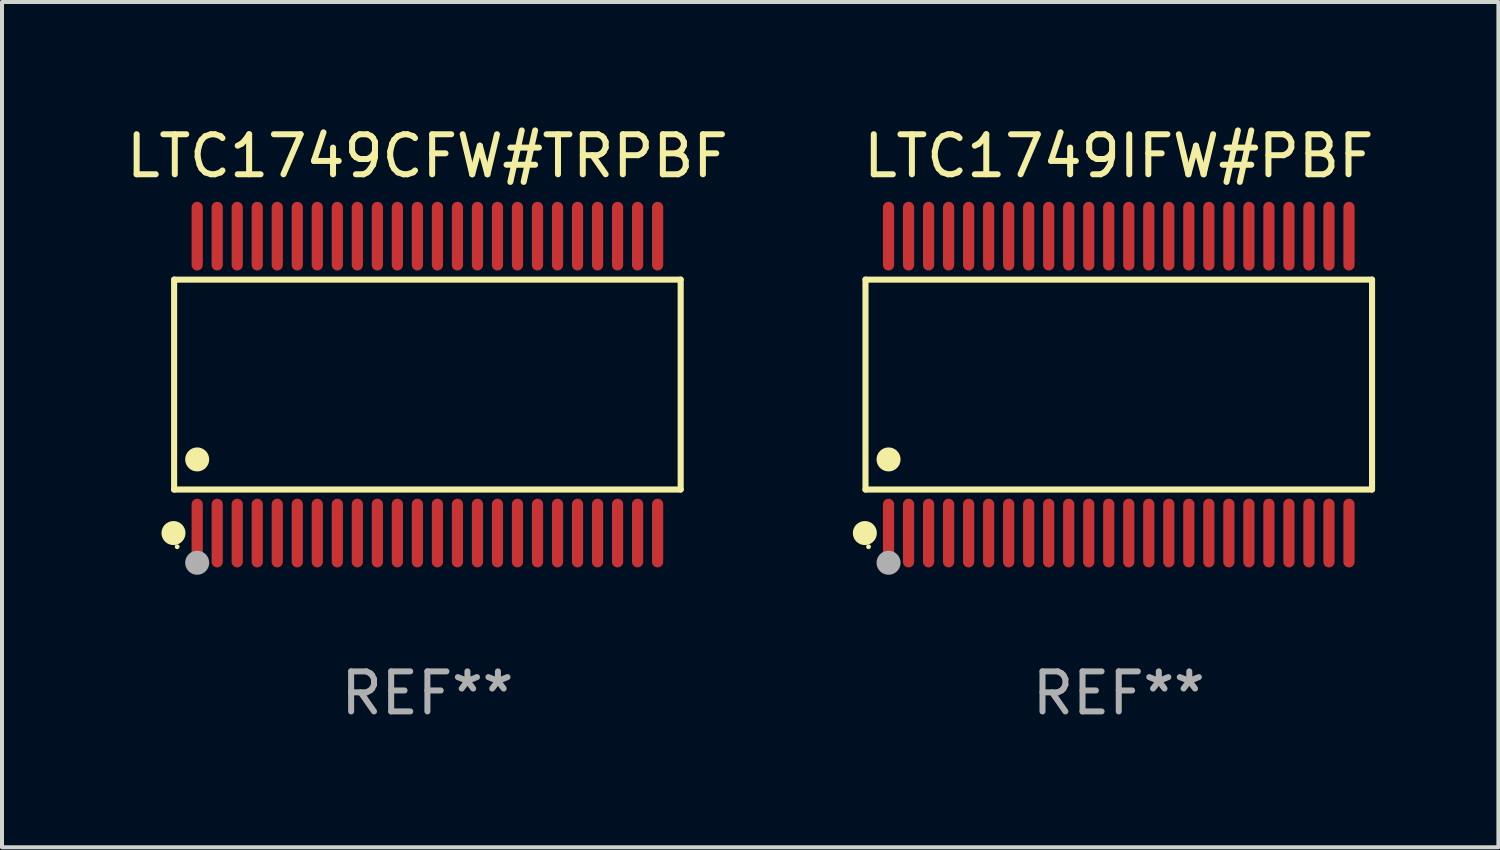
<source format=kicad_pcb>
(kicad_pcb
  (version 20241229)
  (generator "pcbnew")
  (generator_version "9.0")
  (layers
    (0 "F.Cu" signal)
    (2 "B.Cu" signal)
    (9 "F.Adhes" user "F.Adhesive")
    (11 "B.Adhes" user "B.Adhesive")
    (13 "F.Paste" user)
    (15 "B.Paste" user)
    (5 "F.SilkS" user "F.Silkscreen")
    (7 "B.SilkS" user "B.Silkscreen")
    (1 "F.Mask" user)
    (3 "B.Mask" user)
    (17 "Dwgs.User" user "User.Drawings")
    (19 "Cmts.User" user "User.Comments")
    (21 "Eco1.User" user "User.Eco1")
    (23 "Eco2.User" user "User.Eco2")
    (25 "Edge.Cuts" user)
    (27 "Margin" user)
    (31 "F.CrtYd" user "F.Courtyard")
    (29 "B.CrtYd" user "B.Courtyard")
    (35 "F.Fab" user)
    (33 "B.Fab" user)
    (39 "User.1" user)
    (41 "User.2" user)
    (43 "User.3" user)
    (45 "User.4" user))
  (footprint "LTC1749CFW#TRPBF"
    (layer "F.Cu")
    (at 7.625 6.556)
    (property "Reference" "LTC1749CFW#TRPBF" (at 0 -5.708 0) (layer "F.SilkS") (effects (font (size 1 1) (thickness 0.15))))
    (attr through_hole)
    (fp_line (start -6.326 -2.622) (end 6.326 -2.622) (stroke (width 0.152) (type solid)) (layer "F.SilkS"))
    (fp_line (start -6.326 2.621) (end -6.326 -2.622) (stroke (width 0.152) (type solid)) (layer "F.SilkS"))
    (fp_line (start 6.326 -2.622) (end 6.326 2.621) (stroke (width 0.152) (type solid)) (layer "F.SilkS"))
    (fp_line (start 6.326 2.621) (end -6.326 2.621) (stroke (width 0.152) (type solid)) (layer "F.SilkS"))
    (fp_circle (center -6.342 3.708) (end -6.192 3.708) (stroke (width 0.3) (type solid)) (fill no) (layer "F.SilkS"))
    (fp_circle (center -6.25 4.05) (end -6.22 4.05) (stroke (width 0.06) (type solid)) (fill no) (layer "F.SilkS"))
    (fp_circle (center -5.75 1.869) (end -5.6 1.869) (stroke (width 0.3) (type solid)) (fill no) (layer "F.SilkS"))
    (fp_circle (center -5.75 4.45) (end -5.6 4.45) (stroke (width 0.3) (type solid)) (fill no) (layer "F.Fab"))
    (fp_text user "REF**" (at 0 7.708 0) (layer "F.Fab") (effects (font (size 1 1) (thickness 0.15))))
    (pad "1" smd oval (at -5.75 3.708) (size 0.28 1.715) (layers "F.Cu" "F.Mask" "F.Paste"))
    (pad "2" smd oval (at -5.25 3.708) (size 0.28 1.715) (layers "F.Cu" "F.Mask" "F.Paste"))
    (pad "3" smd oval (at -4.75 3.708) (size 0.28 1.715) (layers "F.Cu" "F.Mask" "F.Paste"))
    (pad "4" smd oval (at -4.25 3.708) (size 0.28 1.715) (layers "F.Cu" "F.Mask" "F.Paste"))
    (pad "5" smd oval (at -3.75 3.708) (size 0.28 1.715) (layers "F.Cu" "F.Mask" "F.Paste"))
    (pad "6" smd oval (at -3.25 3.708) (size 0.28 1.715) (layers "F.Cu" "F.Mask" "F.Paste"))
    (pad "7" smd oval (at -2.75 3.708) (size 0.28 1.715) (layers "F.Cu" "F.Mask" "F.Paste"))
    (pad "8" smd oval (at -2.25 3.708) (size 0.28 1.715) (layers "F.Cu" "F.Mask" "F.Paste"))
    (pad "9" smd oval (at -1.75 3.708) (size 0.28 1.715) (layers "F.Cu" "F.Mask" "F.Paste"))
    (pad "10" smd oval (at -1.25 3.708) (size 0.28 1.715) (layers "F.Cu" "F.Mask" "F.Paste"))
    (pad "11" smd oval (at -0.75 3.708) (size 0.28 1.715) (layers "F.Cu" "F.Mask" "F.Paste"))
    (pad "12" smd oval (at -0.25 3.708) (size 0.28 1.715) (layers "F.Cu" "F.Mask" "F.Paste"))
    (pad "13" smd oval (at 0.25 3.708) (size 0.28 1.715) (layers "F.Cu" "F.Mask" "F.Paste"))
    (pad "14" smd oval (at 0.75 3.708) (size 0.28 1.715) (layers "F.Cu" "F.Mask" "F.Paste"))
    (pad "15" smd oval (at 1.25 3.708) (size 0.28 1.715) (layers "F.Cu" "F.Mask" "F.Paste"))
    (pad "16" smd oval (at 1.75 3.708) (size 0.28 1.715) (layers "F.Cu" "F.Mask" "F.Paste"))
    (pad "17" smd oval (at 2.25 3.708) (size 0.28 1.715) (layers "F.Cu" "F.Mask" "F.Paste"))
    (pad "18" smd oval (at 2.75 3.708) (size 0.28 1.715) (layers "F.Cu" "F.Mask" "F.Paste"))
    (pad "19" smd oval (at 3.25 3.708) (size 0.28 1.715) (layers "F.Cu" "F.Mask" "F.Paste"))
    (pad "20" smd oval (at 3.75 3.708) (size 0.28 1.715) (layers "F.Cu" "F.Mask" "F.Paste"))
    (pad "21" smd oval (at 4.25 3.708) (size 0.28 1.715) (layers "F.Cu" "F.Mask" "F.Paste"))
    (pad "22" smd oval (at 4.75 3.708) (size 0.28 1.715) (layers "F.Cu" "F.Mask" "F.Paste"))
    (pad "23" smd oval (at 5.25 3.708) (size 0.28 1.715) (layers "F.Cu" "F.Mask" "F.Paste"))
    (pad "24" smd oval (at 5.75 3.708) (size 0.28 1.715) (layers "F.Cu" "F.Mask" "F.Paste"))
    (pad "25" smd oval (at 5.75 -3.708) (size 0.28 1.715) (layers "F.Cu" "F.Mask" "F.Paste"))
    (pad "26" smd oval (at 5.25 -3.708) (size 0.28 1.715) (layers "F.Cu" "F.Mask" "F.Paste"))
    (pad "27" smd oval (at 4.75 -3.708) (size 0.28 1.715) (layers "F.Cu" "F.Mask" "F.Paste"))
    (pad "28" smd oval (at 4.25 -3.708) (size 0.28 1.715) (layers "F.Cu" "F.Mask" "F.Paste"))
    (pad "29" smd oval (at 3.75 -3.708) (size 0.28 1.715) (layers "F.Cu" "F.Mask" "F.Paste"))
    (pad "30" smd oval (at 3.25 -3.708) (size 0.28 1.715) (layers "F.Cu" "F.Mask" "F.Paste"))
    (pad "31" smd oval (at 2.75 -3.708) (size 0.28 1.715) (layers "F.Cu" "F.Mask" "F.Paste"))
    (pad "32" smd oval (at 2.25 -3.708) (size 0.28 1.715) (layers "F.Cu" "F.Mask" "F.Paste"))
    (pad "33" smd oval (at 1.75 -3.708) (size 0.28 1.715) (layers "F.Cu" "F.Mask" "F.Paste"))
    (pad "34" smd oval (at 1.25 -3.708) (size 0.28 1.715) (layers "F.Cu" "F.Mask" "F.Paste"))
    (pad "35" smd oval (at 0.75 -3.708) (size 0.28 1.715) (layers "F.Cu" "F.Mask" "F.Paste"))
    (pad "36" smd oval (at 0.25 -3.708) (size 0.28 1.715) (layers "F.Cu" "F.Mask" "F.Paste"))
    (pad "37" smd oval (at -0.25 -3.708) (size 0.28 1.715) (layers "F.Cu" "F.Mask" "F.Paste"))
    (pad "38" smd oval (at -0.75 -3.708) (size 0.28 1.715) (layers "F.Cu" "F.Mask" "F.Paste"))
    (pad "39" smd oval (at -1.25 -3.708) (size 0.28 1.715) (layers "F.Cu" "F.Mask" "F.Paste"))
    (pad "40" smd oval (at -1.75 -3.708) (size 0.28 1.715) (layers "F.Cu" "F.Mask" "F.Paste"))
    (pad "41" smd oval (at -2.25 -3.708) (size 0.28 1.715) (layers "F.Cu" "F.Mask" "F.Paste"))
    (pad "42" smd oval (at -2.75 -3.708) (size 0.28 1.715) (layers "F.Cu" "F.Mask" "F.Paste"))
    (pad "43" smd oval (at -3.25 -3.708) (size 0.28 1.715) (layers "F.Cu" "F.Mask" "F.Paste"))
    (pad "44" smd oval (at -3.75 -3.708) (size 0.28 1.715) (layers "F.Cu" "F.Mask" "F.Paste"))
    (pad "45" smd oval (at -4.25 -3.708) (size 0.28 1.715) (layers "F.Cu" "F.Mask" "F.Paste"))
    (pad "46" smd oval (at -4.75 -3.708) (size 0.28 1.715) (layers "F.Cu" "F.Mask" "F.Paste"))
    (pad "47" smd oval (at -5.25 -3.708) (size 0.28 1.715) (layers "F.Cu" "F.Mask" "F.Paste"))
    (pad "48" smd oval (at -5.75 -3.708) (size 0.28 1.715) (layers "F.Cu" "F.Mask" "F.Paste")))
  (footprint "LTC1749IFW#PBF"
    (layer "F.Cu")
    (at 24.893 6.556)
    (property "Reference" "LTC1749IFW#PBF" (at 0 -5.708 0) (layer "F.SilkS") (effects (font (size 1 1) (thickness 0.15))))
    (attr through_hole)
    (fp_line (start -6.326 -2.622) (end 6.326 -2.622) (stroke (width 0.152) (type solid)) (layer "F.SilkS"))
    (fp_line (start -6.326 2.621) (end -6.326 -2.622) (stroke (width 0.152) (type solid)) (layer "F.SilkS"))
    (fp_line (start 6.326 -2.622) (end 6.326 2.621) (stroke (width 0.152) (type solid)) (layer "F.SilkS"))
    (fp_line (start 6.326 2.621) (end -6.326 2.621) (stroke (width 0.152) (type solid)) (layer "F.SilkS"))
    (fp_circle (center -6.342 3.708) (end -6.192 3.708) (stroke (width 0.3) (type solid)) (fill no) (layer "F.SilkS"))
    (fp_circle (center -6.25 4.05) (end -6.22 4.05) (stroke (width 0.06) (type solid)) (fill no) (layer "F.SilkS"))
    (fp_circle (center -5.75 1.869) (end -5.6 1.869) (stroke (width 0.3) (type solid)) (fill no) (layer "F.SilkS"))
    (fp_circle (center -5.75 4.45) (end -5.6 4.45) (stroke (width 0.3) (type solid)) (fill no) (layer "F.Fab"))
    (fp_text user "REF**" (at 0 7.708 0) (layer "F.Fab") (effects (font (size 1 1) (thickness 0.15))))
    (pad "1" smd oval (at -5.75 3.708) (size 0.28 1.715) (layers "F.Cu" "F.Mask" "F.Paste"))
    (pad "2" smd oval (at -5.25 3.708) (size 0.28 1.715) (layers "F.Cu" "F.Mask" "F.Paste"))
    (pad "3" smd oval (at -4.75 3.708) (size 0.28 1.715) (layers "F.Cu" "F.Mask" "F.Paste"))
    (pad "4" smd oval (at -4.25 3.708) (size 0.28 1.715) (layers "F.Cu" "F.Mask" "F.Paste"))
    (pad "5" smd oval (at -3.75 3.708) (size 0.28 1.715) (layers "F.Cu" "F.Mask" "F.Paste"))
    (pad "6" smd oval (at -3.25 3.708) (size 0.28 1.715) (layers "F.Cu" "F.Mask" "F.Paste"))
    (pad "7" smd oval (at -2.75 3.708) (size 0.28 1.715) (layers "F.Cu" "F.Mask" "F.Paste"))
    (pad "8" smd oval (at -2.25 3.708) (size 0.28 1.715) (layers "F.Cu" "F.Mask" "F.Paste"))
    (pad "9" smd oval (at -1.75 3.708) (size 0.28 1.715) (layers "F.Cu" "F.Mask" "F.Paste"))
    (pad "10" smd oval (at -1.25 3.708) (size 0.28 1.715) (layers "F.Cu" "F.Mask" "F.Paste"))
    (pad "11" smd oval (at -0.75 3.708) (size 0.28 1.715) (layers "F.Cu" "F.Mask" "F.Paste"))
    (pad "12" smd oval (at -0.25 3.708) (size 0.28 1.715) (layers "F.Cu" "F.Mask" "F.Paste"))
    (pad "13" smd oval (at 0.25 3.708) (size 0.28 1.715) (layers "F.Cu" "F.Mask" "F.Paste"))
    (pad "14" smd oval (at 0.75 3.708) (size 0.28 1.715) (layers "F.Cu" "F.Mask" "F.Paste"))
    (pad "15" smd oval (at 1.25 3.708) (size 0.28 1.715) (layers "F.Cu" "F.Mask" "F.Paste"))
    (pad "16" smd oval (at 1.75 3.708) (size 0.28 1.715) (layers "F.Cu" "F.Mask" "F.Paste"))
    (pad "17" smd oval (at 2.25 3.708) (size 0.28 1.715) (layers "F.Cu" "F.Mask" "F.Paste"))
    (pad "18" smd oval (at 2.75 3.708) (size 0.28 1.715) (layers "F.Cu" "F.Mask" "F.Paste"))
    (pad "19" smd oval (at 3.25 3.708) (size 0.28 1.715) (layers "F.Cu" "F.Mask" "F.Paste"))
    (pad "20" smd oval (at 3.75 3.708) (size 0.28 1.715) (layers "F.Cu" "F.Mask" "F.Paste"))
    (pad "21" smd oval (at 4.25 3.708) (size 0.28 1.715) (layers "F.Cu" "F.Mask" "F.Paste"))
    (pad "22" smd oval (at 4.75 3.708) (size 0.28 1.715) (layers "F.Cu" "F.Mask" "F.Paste"))
    (pad "23" smd oval (at 5.25 3.708) (size 0.28 1.715) (layers "F.Cu" "F.Mask" "F.Paste"))
    (pad "24" smd oval (at 5.75 3.708) (size 0.28 1.715) (layers "F.Cu" "F.Mask" "F.Paste"))
    (pad "25" smd oval (at 5.75 -3.708) (size 0.28 1.715) (layers "F.Cu" "F.Mask" "F.Paste"))
    (pad "26" smd oval (at 5.25 -3.708) (size 0.28 1.715) (layers "F.Cu" "F.Mask" "F.Paste"))
    (pad "27" smd oval (at 4.75 -3.708) (size 0.28 1.715) (layers "F.Cu" "F.Mask" "F.Paste"))
    (pad "28" smd oval (at 4.25 -3.708) (size 0.28 1.715) (layers "F.Cu" "F.Mask" "F.Paste"))
    (pad "29" smd oval (at 3.75 -3.708) (size 0.28 1.715) (layers "F.Cu" "F.Mask" "F.Paste"))
    (pad "30" smd oval (at 3.25 -3.708) (size 0.28 1.715) (layers "F.Cu" "F.Mask" "F.Paste"))
    (pad "31" smd oval (at 2.75 -3.708) (size 0.28 1.715) (layers "F.Cu" "F.Mask" "F.Paste"))
    (pad "32" smd oval (at 2.25 -3.708) (size 0.28 1.715) (layers "F.Cu" "F.Mask" "F.Paste"))
    (pad "33" smd oval (at 1.75 -3.708) (size 0.28 1.715) (layers "F.Cu" "F.Mask" "F.Paste"))
    (pad "34" smd oval (at 1.25 -3.708) (size 0.28 1.715) (layers "F.Cu" "F.Mask" "F.Paste"))
    (pad "35" smd oval (at 0.75 -3.708) (size 0.28 1.715) (layers "F.Cu" "F.Mask" "F.Paste"))
    (pad "36" smd oval (at 0.25 -3.708) (size 0.28 1.715) (layers "F.Cu" "F.Mask" "F.Paste"))
    (pad "37" smd oval (at -0.25 -3.708) (size 0.28 1.715) (layers "F.Cu" "F.Mask" "F.Paste"))
    (pad "38" smd oval (at -0.75 -3.708) (size 0.28 1.715) (layers "F.Cu" "F.Mask" "F.Paste"))
    (pad "39" smd oval (at -1.25 -3.708) (size 0.28 1.715) (layers "F.Cu" "F.Mask" "F.Paste"))
    (pad "40" smd oval (at -1.75 -3.708) (size 0.28 1.715) (layers "F.Cu" "F.Mask" "F.Paste"))
    (pad "41" smd oval (at -2.25 -3.708) (size 0.28 1.715) (layers "F.Cu" "F.Mask" "F.Paste"))
    (pad "42" smd oval (at -2.75 -3.708) (size 0.28 1.715) (layers "F.Cu" "F.Mask" "F.Paste"))
    (pad "43" smd oval (at -3.25 -3.708) (size 0.28 1.715) (layers "F.Cu" "F.Mask" "F.Paste"))
    (pad "44" smd oval (at -3.75 -3.708) (size 0.28 1.715) (layers "F.Cu" "F.Mask" "F.Paste"))
    (pad "45" smd oval (at -4.25 -3.708) (size 0.28 1.715) (layers "F.Cu" "F.Mask" "F.Paste"))
    (pad "46" smd oval (at -4.75 -3.708) (size 0.28 1.715) (layers "F.Cu" "F.Mask" "F.Paste"))
    (pad "47" smd oval (at -5.25 -3.708) (size 0.28 1.715) (layers "F.Cu" "F.Mask" "F.Paste"))
    (pad "48" smd oval (at -5.75 -3.708) (size 0.28 1.715) (layers "F.Cu" "F.Mask" "F.Paste")))
  (gr_rect
    (start -3 -3)
    (end 34.375 18.112)
    (stroke (width 0.1) (type default))
    (fill no)
    (layer "Edge.Cuts")))
</source>
